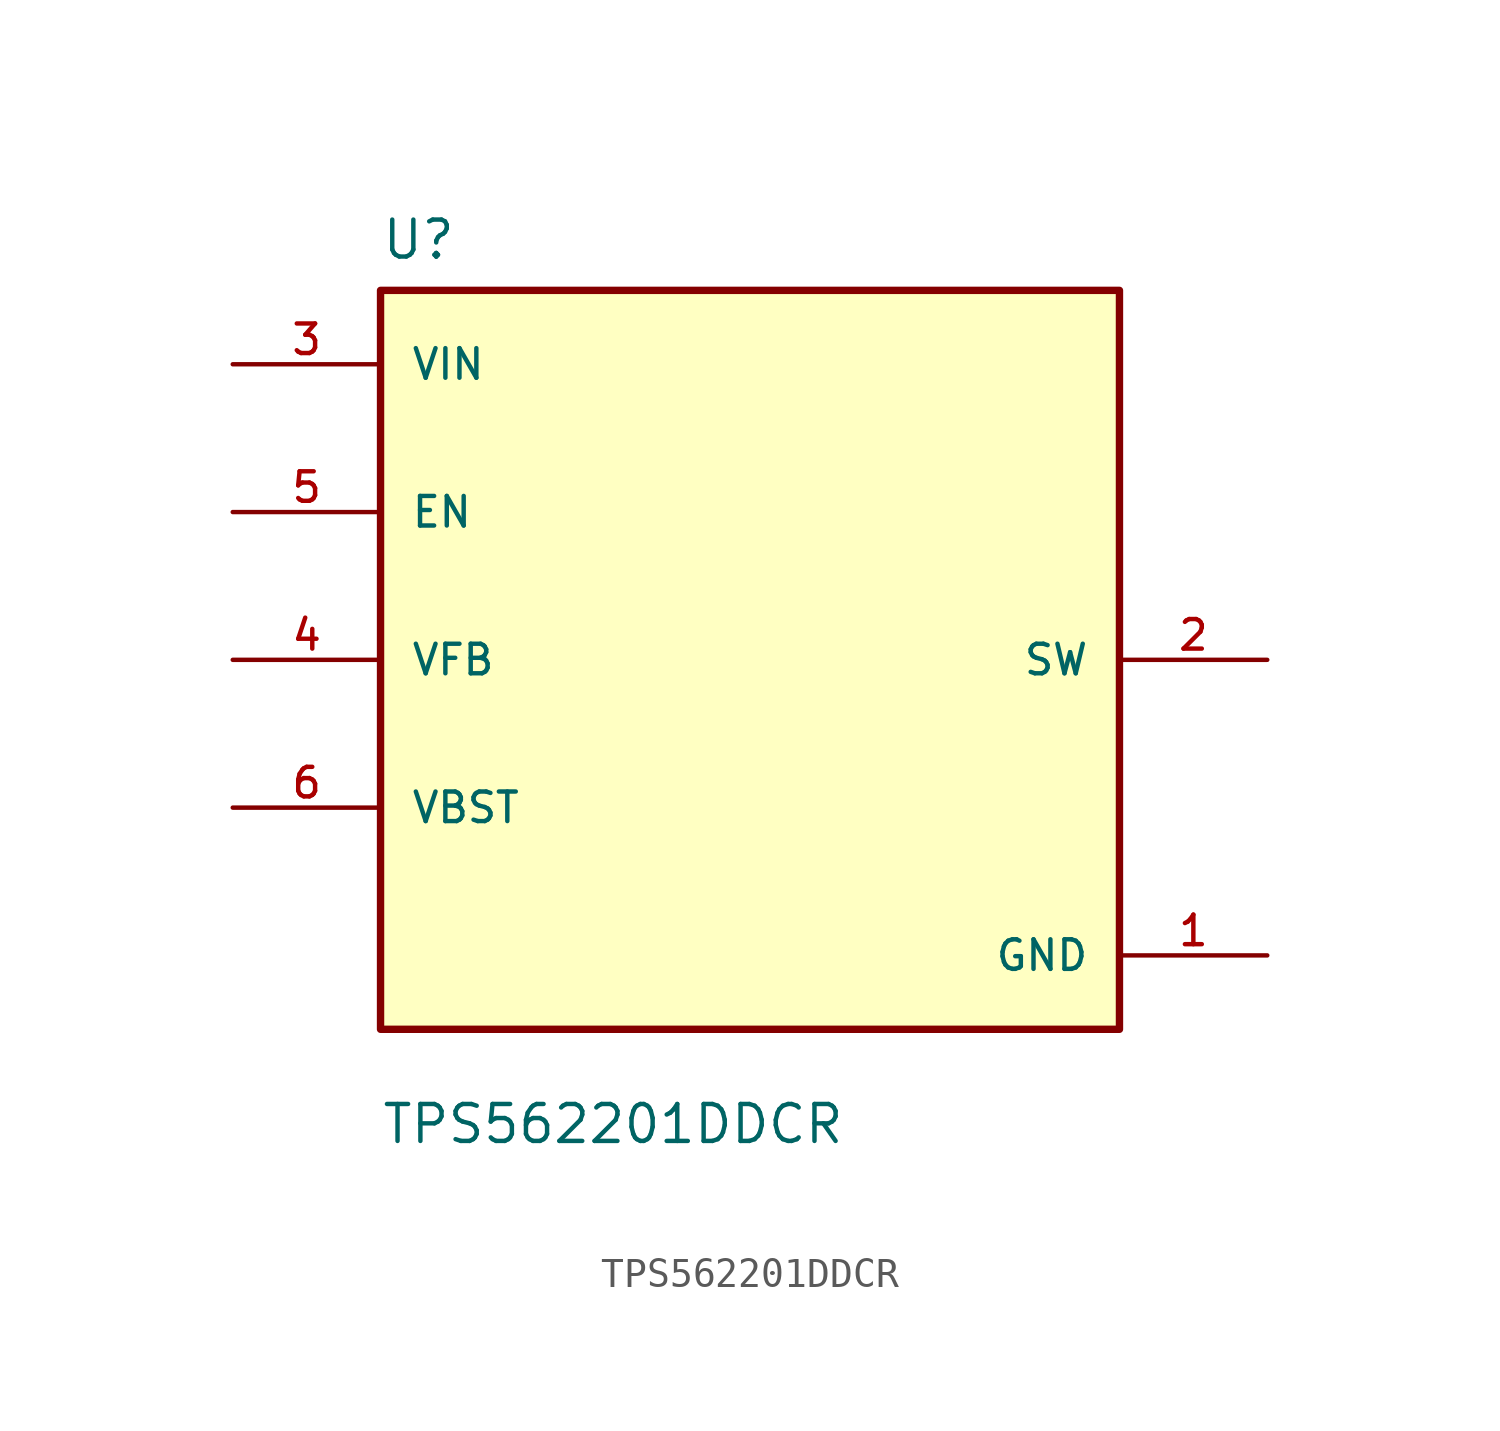
<source format=kicad_sym>
(kicad_symbol_lib
  (version 20211014)
  (generator kicad_symbol_editor)
  (symbol "TPS562201DDCR"
    (pin_names
      (offset 1.016))
    (property "Reference" "U"
      (at -12.7 13.7 0.0)
      (effects (font (size 1.27 1.27)) (justify bottom left)))
    (property "Value" "TPS562201DDCR"
      (at -12.7 -16.7 0.0)
      (effects (font (size 1.27 1.27)) (justify bottom left)))
    (symbol "TPS562201DDCR_0_0"
      (rectangle (start -12.7 -12.7) (end 12.7 12.7) (stroke (width 0.254)) (fill (type background)))
      (pin power_in line (at -17.78 10.16 0) (length 5.08) (name "VIN" (effects (font (size 1.016 1.016)))) (number "3" (effects (font (size 1.016 1.016)))))
      (pin input line (at -17.78 5.08 0) (length 5.08) (name "EN" (effects (font (size 1.016 1.016)))) (number "5" (effects (font (size 1.016 1.016)))))
      (pin bidirectional line (at 17.78 0.0 180.0) (length 5.08) (name "SW" (effects (font (size 1.016 1.016)))) (number "2" (effects (font (size 1.016 1.016)))))
      (pin input line (at -17.78 -5.08 0) (length 5.08) (name "VBST" (effects (font (size 1.016 1.016)))) (number "6" (effects (font (size 1.016 1.016)))))
      (pin input line (at -17.78 0.0 0) (length 5.08) (name "VFB" (effects (font (size 1.016 1.016)))) (number "4" (effects (font (size 1.016 1.016)))))
      (pin power_in line (at 17.78 -10.16 180.0) (length 5.08) (name "GND" (effects (font (size 1.016 1.016)))) (number "1" (effects (font (size 1.016 1.016))))))))
</source>
